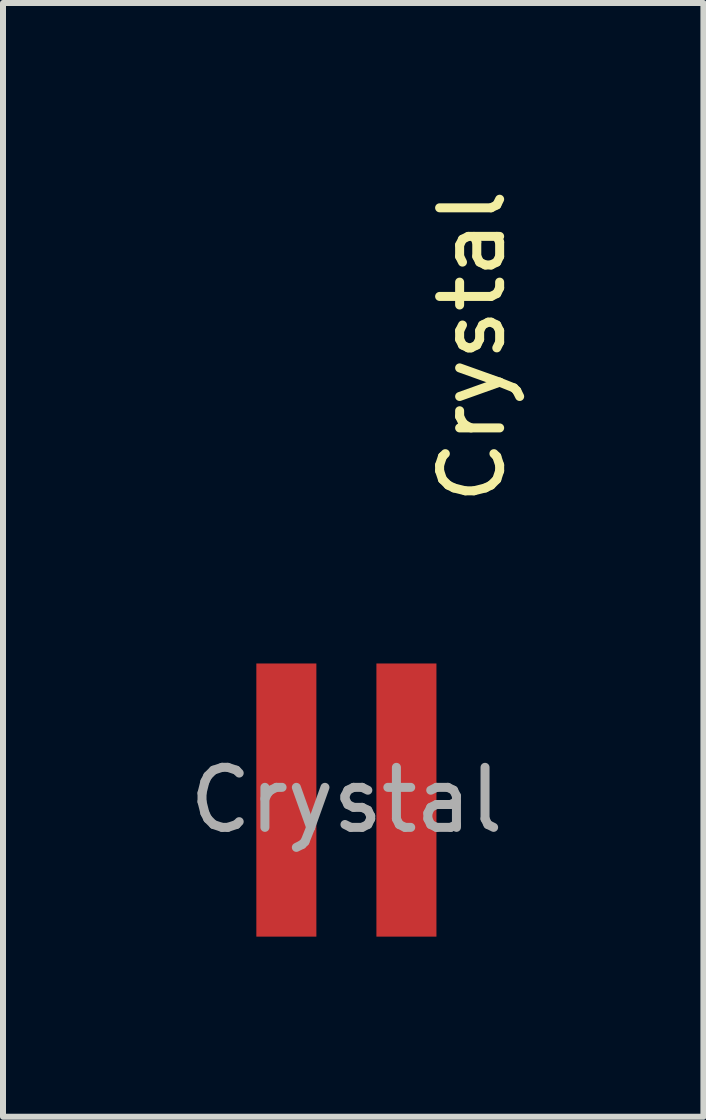
<source format=kicad_pcb>
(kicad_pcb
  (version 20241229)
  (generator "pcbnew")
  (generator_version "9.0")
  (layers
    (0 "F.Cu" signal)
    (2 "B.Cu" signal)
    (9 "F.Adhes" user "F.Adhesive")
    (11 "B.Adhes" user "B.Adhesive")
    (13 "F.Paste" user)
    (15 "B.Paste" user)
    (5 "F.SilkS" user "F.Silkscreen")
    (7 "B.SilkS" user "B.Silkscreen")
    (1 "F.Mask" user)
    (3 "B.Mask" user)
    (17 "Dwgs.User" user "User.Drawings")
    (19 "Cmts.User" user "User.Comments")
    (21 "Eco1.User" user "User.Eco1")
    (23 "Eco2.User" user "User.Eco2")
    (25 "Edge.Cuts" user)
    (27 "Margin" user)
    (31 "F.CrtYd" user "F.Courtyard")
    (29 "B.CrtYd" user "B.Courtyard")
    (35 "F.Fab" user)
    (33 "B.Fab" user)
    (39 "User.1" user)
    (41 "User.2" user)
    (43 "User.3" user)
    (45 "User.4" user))
  (footprint "Crystal"
    (layer "F.Cu")
    (at 2.72 10.277)
    (property "Reference" "Crystal" (at 2.098 -7.556 90) (layer "F.SilkS") (effects (font (size 1 1) (thickness 0.15))))
    (attr smd)
    (fp_text user "${REFERENCE}" (at 0 0 0) (layer "F.Fab") (effects (font (size 1 1) (thickness 0.15))))
    (pad "1" smd rect (at -1 0) (size 1 4.55) (layers "F.Cu" "F.Mask" "F.Paste"))
    (pad "2" smd rect (at 1 0) (size 1 4.55) (layers "F.Cu" "F.Mask" "F.Paste")))
  (gr_rect
    (start -3 -3)
    (end 8.667 15.552)
    (stroke (width 0.1) (type default))
    (fill no)
    (layer "Edge.Cuts")))
</source>
